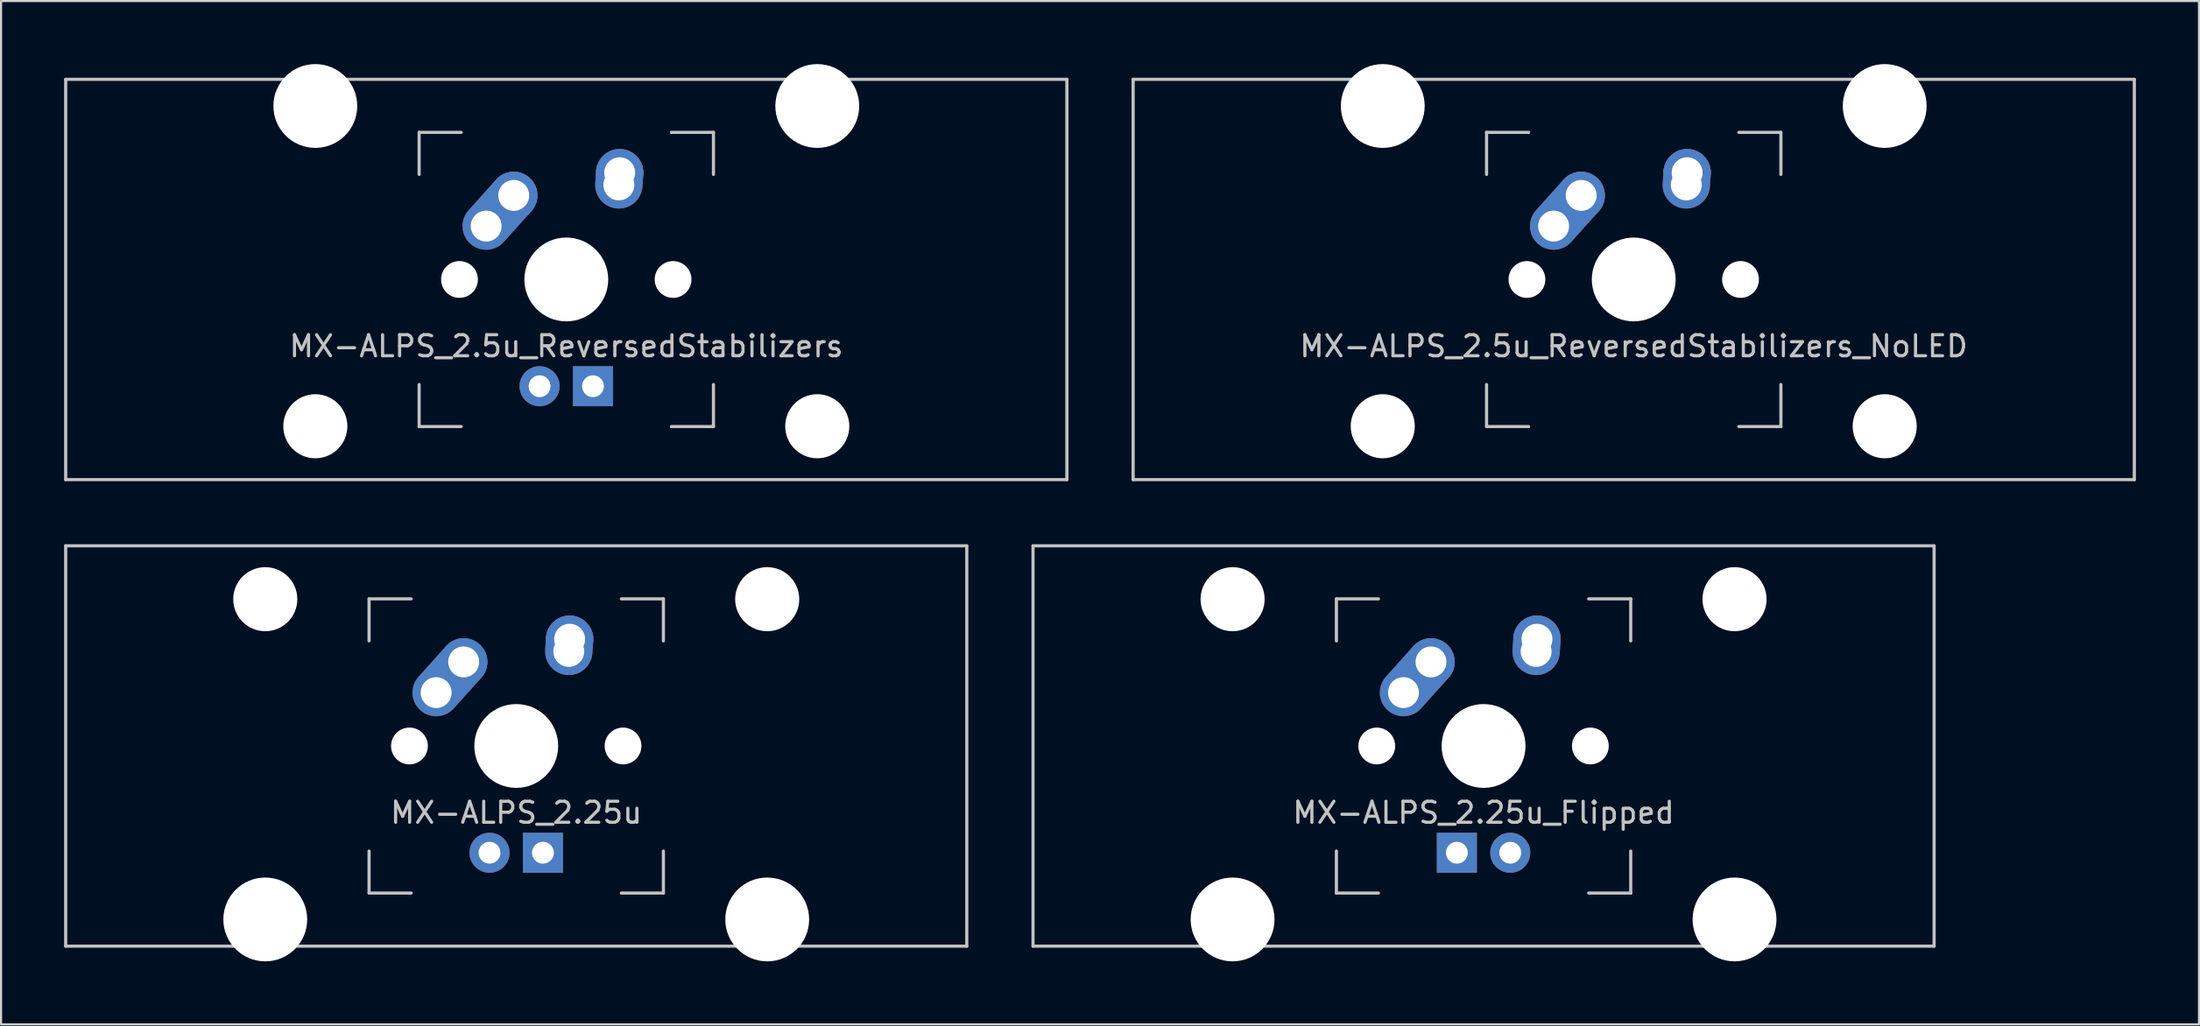
<source format=kicad_pcb>
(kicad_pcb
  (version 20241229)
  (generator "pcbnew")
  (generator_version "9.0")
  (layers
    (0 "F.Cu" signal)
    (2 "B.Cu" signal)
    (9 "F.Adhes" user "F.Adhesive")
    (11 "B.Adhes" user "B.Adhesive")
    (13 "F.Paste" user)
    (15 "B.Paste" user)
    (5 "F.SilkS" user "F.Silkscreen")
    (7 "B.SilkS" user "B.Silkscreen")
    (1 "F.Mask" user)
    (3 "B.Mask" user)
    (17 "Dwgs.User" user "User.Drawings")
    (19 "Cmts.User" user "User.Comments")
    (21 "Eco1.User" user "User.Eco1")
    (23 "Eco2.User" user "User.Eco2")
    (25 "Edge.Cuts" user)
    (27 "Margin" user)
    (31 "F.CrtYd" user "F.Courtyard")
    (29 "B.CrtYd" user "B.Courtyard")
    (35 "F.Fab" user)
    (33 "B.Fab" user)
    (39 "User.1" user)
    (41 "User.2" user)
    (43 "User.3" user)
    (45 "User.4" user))
  (footprint "MX-ALPS_2.25u_Flipped"
    (layer "F.Cu")
    (at 67.519 32.449)
    (property "Reference" "MX-ALPS_2.25u_Flipped" (at 0 3.175 0) (layer "Dwgs.User") (effects (font (size 1 1) (thickness 0.15))))
    (attr through_hole)
    (fp_line (start -21.431 -9.525) (end 21.431 -9.525) (stroke (width 0.15) (type solid)) (layer "Dwgs.User"))
    (fp_line (start -21.431 9.525) (end -21.431 -9.525) (stroke (width 0.15) (type solid)) (layer "Dwgs.User"))
    (fp_line (start -21.431 9.525) (end 21.431 9.525) (stroke (width 0.15) (type solid)) (layer "Dwgs.User"))
    (fp_line (start -7 -7) (end -7 -5) (stroke (width 0.15) (type solid)) (layer "Dwgs.User"))
    (fp_line (start -7 5) (end -7 7) (stroke (width 0.15) (type solid)) (layer "Dwgs.User"))
    (fp_line (start -7 7) (end -5 7) (stroke (width 0.15) (type solid)) (layer "Dwgs.User"))
    (fp_line (start -5 -7) (end -7 -7) (stroke (width 0.15) (type solid)) (layer "Dwgs.User"))
    (fp_line (start 5 -7) (end 7 -7) (stroke (width 0.15) (type solid)) (layer "Dwgs.User"))
    (fp_line (start 5 7) (end 7 7) (stroke (width 0.15) (type solid)) (layer "Dwgs.User"))
    (fp_line (start 7 -7) (end 7 -5) (stroke (width 0.15) (type solid)) (layer "Dwgs.User"))
    (fp_line (start 7 7) (end 7 5) (stroke (width 0.15) (type solid)) (layer "Dwgs.User"))
    (fp_line (start 21.431 -9.525) (end 21.431 9.525) (stroke (width 0.15) (type solid)) (layer "Dwgs.User"))
    (pad "" np_thru_hole circle (at -11.938 -6.985) (size 3.048 3.048) (drill 3.048) (layers "*.Cu" "*.Mask"))
    (pad "" np_thru_hole circle (at -11.938 8.255) (size 3.988 3.988) (drill 3.988) (layers "*.Cu" "*.Mask"))
    (pad "" np_thru_hole circle (at -5.08 0 48.1) (size 1.75 1.75) (drill 1.75) (layers "*.Cu" "*.Mask"))
    (pad "" np_thru_hole circle (at 0 0) (size 3.988 3.988) (drill 3.988) (layers "*.Cu" "*.Mask"))
    (pad "" np_thru_hole circle (at 5.08 0 48.1) (size 1.75 1.75) (drill 1.75) (layers "*.Cu" "*.Mask"))
    (pad "" np_thru_hole circle (at 11.938 -6.985) (size 3.048 3.048) (drill 3.048) (layers "*.Cu" "*.Mask"))
    (pad "" np_thru_hole circle (at 11.938 8.255) (size 3.988 3.988) (drill 3.988) (layers "*.Cu" "*.Mask"))
    (pad "1" thru_hole oval (at -3.81 -2.54 48.1) (size 4.212 2.25) (drill 1.47 (offset 0.981 0)) (layers "*.Cu" "B.Mask"))
    (pad "1" thru_hole circle (at -2.5 -4) (size 2.25 2.25) (drill 1.47) (layers "*.Cu" "B.Mask"))
    (pad "2" thru_hole oval (at 2.5 -4.5 86.055) (size 2.831 2.25) (drill 1.47 (offset 0.291 0)) (layers "*.Cu" "B.Mask"))
    (pad "2" thru_hole circle (at 2.54 -5.08) (size 2.25 2.25) (drill 1.47) (layers "*.Cu" "B.Mask"))
    (pad "3" thru_hole circle (at 1.27 5.08) (size 1.905 1.905) (drill 1.04) (layers "*.Cu" "B.Mask"))
    (pad "4" thru_hole rect (at -1.27 5.08) (size 1.905 1.905) (drill 1.04) (layers "*.Cu" "B.Mask")))
  (footprint "MX-ALPS_2.25u"
    (layer "F.Cu")
    (at 21.506 32.449)
    (property "Reference" "MX-ALPS_2.25u" (at 0 3.175 0) (layer "Dwgs.User") (effects (font (size 1 1) (thickness 0.15))))
    (attr through_hole)
    (fp_line (start -21.431 -9.525) (end 21.431 -9.525) (stroke (width 0.15) (type solid)) (layer "Dwgs.User"))
    (fp_line (start -21.431 9.525) (end -21.431 -9.525) (stroke (width 0.15) (type solid)) (layer "Dwgs.User"))
    (fp_line (start -21.431 9.525) (end 21.431 9.525) (stroke (width 0.15) (type solid)) (layer "Dwgs.User"))
    (fp_line (start -7 -7) (end -7 -5) (stroke (width 0.15) (type solid)) (layer "Dwgs.User"))
    (fp_line (start -7 5) (end -7 7) (stroke (width 0.15) (type solid)) (layer "Dwgs.User"))
    (fp_line (start -7 7) (end -5 7) (stroke (width 0.15) (type solid)) (layer "Dwgs.User"))
    (fp_line (start -5 -7) (end -7 -7) (stroke (width 0.15) (type solid)) (layer "Dwgs.User"))
    (fp_line (start 5 -7) (end 7 -7) (stroke (width 0.15) (type solid)) (layer "Dwgs.User"))
    (fp_line (start 5 7) (end 7 7) (stroke (width 0.15) (type solid)) (layer "Dwgs.User"))
    (fp_line (start 7 -7) (end 7 -5) (stroke (width 0.15) (type solid)) (layer "Dwgs.User"))
    (fp_line (start 7 7) (end 7 5) (stroke (width 0.15) (type solid)) (layer "Dwgs.User"))
    (fp_line (start 21.431 -9.525) (end 21.431 9.525) (stroke (width 0.15) (type solid)) (layer "Dwgs.User"))
    (pad "" np_thru_hole circle (at -11.938 -6.985) (size 3.048 3.048) (drill 3.048) (layers "*.Cu" "*.Mask"))
    (pad "" np_thru_hole circle (at -11.938 8.255) (size 3.988 3.988) (drill 3.988) (layers "*.Cu" "*.Mask"))
    (pad "" np_thru_hole circle (at -5.08 0 48.1) (size 1.75 1.75) (drill 1.75) (layers "*.Cu" "*.Mask"))
    (pad "" np_thru_hole circle (at 0 0) (size 3.988 3.988) (drill 3.988) (layers "*.Cu" "*.Mask"))
    (pad "" np_thru_hole circle (at 5.08 0 48.1) (size 1.75 1.75) (drill 1.75) (layers "*.Cu" "*.Mask"))
    (pad "" np_thru_hole circle (at 11.938 -6.985) (size 3.048 3.048) (drill 3.048) (layers "*.Cu" "*.Mask"))
    (pad "" np_thru_hole circle (at 11.938 8.255) (size 3.988 3.988) (drill 3.988) (layers "*.Cu" "*.Mask"))
    (pad "1" thru_hole oval (at -3.81 -2.54 48.1) (size 4.212 2.25) (drill 1.47 (offset 0.981 0)) (layers "*.Cu" "B.Mask"))
    (pad "1" thru_hole circle (at -2.5 -4) (size 2.25 2.25) (drill 1.47) (layers "*.Cu" "B.Mask"))
    (pad "2" thru_hole oval (at 2.5 -4.5 86.055) (size 2.831 2.25) (drill 1.47 (offset 0.291 0)) (layers "*.Cu" "B.Mask"))
    (pad "2" thru_hole circle (at 2.54 -5.08) (size 2.25 2.25) (drill 1.47) (layers "*.Cu" "B.Mask"))
    (pad "3" thru_hole circle (at -1.27 5.08) (size 1.905 1.905) (drill 1.04) (layers "*.Cu" "B.Mask"))
    (pad "4" thru_hole rect (at 1.27 5.08) (size 1.905 1.905) (drill 1.04) (layers "*.Cu" "B.Mask")))
  (footprint "MX-ALPS_2.5u_ReversedStabilizers_NoLED"
    (layer "F.Cu")
    (at 74.662 10.249)
    (property "Reference" "MX-ALPS_2.5u_ReversedStabilizers_NoLED" (at 0 3.175 0) (layer "Dwgs.User") (effects (font (size 1 1) (thickness 0.15))))
    (attr through_hole)
    (fp_line (start -23.812 -9.525) (end 23.812 -9.525) (stroke (width 0.15) (type solid)) (layer "Dwgs.User"))
    (fp_line (start -23.812 9.525) (end -23.812 -9.525) (stroke (width 0.15) (type solid)) (layer "Dwgs.User"))
    (fp_line (start -23.812 9.525) (end 23.812 9.525) (stroke (width 0.15) (type solid)) (layer "Dwgs.User"))
    (fp_line (start -7 -7) (end -7 -5) (stroke (width 0.15) (type solid)) (layer "Dwgs.User"))
    (fp_line (start -7 5) (end -7 7) (stroke (width 0.15) (type solid)) (layer "Dwgs.User"))
    (fp_line (start -7 7) (end -5 7) (stroke (width 0.15) (type solid)) (layer "Dwgs.User"))
    (fp_line (start -5 -7) (end -7 -7) (stroke (width 0.15) (type solid)) (layer "Dwgs.User"))
    (fp_line (start 5 -7) (end 7 -7) (stroke (width 0.15) (type solid)) (layer "Dwgs.User"))
    (fp_line (start 5 7) (end 7 7) (stroke (width 0.15) (type solid)) (layer "Dwgs.User"))
    (fp_line (start 7 -7) (end 7 -5) (stroke (width 0.15) (type solid)) (layer "Dwgs.User"))
    (fp_line (start 7 7) (end 7 5) (stroke (width 0.15) (type solid)) (layer "Dwgs.User"))
    (fp_line (start 23.812 -9.525) (end 23.812 9.525) (stroke (width 0.15) (type solid)) (layer "Dwgs.User"))
    (pad "" np_thru_hole circle (at -11.938 -8.255) (size 3.988 3.988) (drill 3.988) (layers "*.Cu" "*.Mask"))
    (pad "" np_thru_hole circle (at -11.938 6.985) (size 3.048 3.048) (drill 3.048) (layers "*.Cu" "*.Mask"))
    (pad "" np_thru_hole circle (at -5.08 0 48.1) (size 1.75 1.75) (drill 1.75) (layers "*.Cu" "*.Mask"))
    (pad "" np_thru_hole circle (at 0 0) (size 3.988 3.988) (drill 3.988) (layers "*.Cu" "*.Mask"))
    (pad "" np_thru_hole circle (at 5.08 0 48.1) (size 1.75 1.75) (drill 1.75) (layers "*.Cu" "*.Mask"))
    (pad "" np_thru_hole circle (at 11.938 -8.255) (size 3.988 3.988) (drill 3.988) (layers "*.Cu" "*.Mask"))
    (pad "" np_thru_hole circle (at 11.938 6.985) (size 3.048 3.048) (drill 3.048) (layers "*.Cu" "*.Mask"))
    (pad "1" thru_hole oval (at -3.81 -2.54 48.1) (size 4.212 2.25) (drill 1.47 (offset 0.981 0)) (layers "*.Cu" "B.Mask"))
    (pad "1" thru_hole circle (at -2.5 -4) (size 2.25 2.25) (drill 1.47) (layers "*.Cu" "B.Mask"))
    (pad "2" thru_hole oval (at 2.5 -4.5 86.055) (size 2.831 2.25) (drill 1.47 (offset 0.291 0)) (layers "*.Cu" "B.Mask"))
    (pad "2" thru_hole circle (at 2.54 -5.08) (size 2.25 2.25) (drill 1.47) (layers "*.Cu" "B.Mask")))
  (footprint "MX-ALPS_2.5u_ReversedStabilizers"
    (layer "F.Cu")
    (at 23.887 10.249)
    (property "Reference" "MX-ALPS_2.5u_ReversedStabilizers" (at 0 3.175 0) (layer "Dwgs.User") (effects (font (size 1 1) (thickness 0.15))))
    (attr through_hole)
    (fp_line (start -23.812 -9.525) (end 23.812 -9.525) (stroke (width 0.15) (type solid)) (layer "Dwgs.User"))
    (fp_line (start -23.812 9.525) (end -23.812 -9.525) (stroke (width 0.15) (type solid)) (layer "Dwgs.User"))
    (fp_line (start -23.812 9.525) (end 23.812 9.525) (stroke (width 0.15) (type solid)) (layer "Dwgs.User"))
    (fp_line (start -7 -7) (end -7 -5) (stroke (width 0.15) (type solid)) (layer "Dwgs.User"))
    (fp_line (start -7 5) (end -7 7) (stroke (width 0.15) (type solid)) (layer "Dwgs.User"))
    (fp_line (start -7 7) (end -5 7) (stroke (width 0.15) (type solid)) (layer "Dwgs.User"))
    (fp_line (start -5 -7) (end -7 -7) (stroke (width 0.15) (type solid)) (layer "Dwgs.User"))
    (fp_line (start 5 -7) (end 7 -7) (stroke (width 0.15) (type solid)) (layer "Dwgs.User"))
    (fp_line (start 5 7) (end 7 7) (stroke (width 0.15) (type solid)) (layer "Dwgs.User"))
    (fp_line (start 7 -7) (end 7 -5) (stroke (width 0.15) (type solid)) (layer "Dwgs.User"))
    (fp_line (start 7 7) (end 7 5) (stroke (width 0.15) (type solid)) (layer "Dwgs.User"))
    (fp_line (start 23.812 -9.525) (end 23.812 9.525) (stroke (width 0.15) (type solid)) (layer "Dwgs.User"))
    (pad "" np_thru_hole circle (at -11.938 -8.255) (size 3.988 3.988) (drill 3.988) (layers "*.Cu" "*.Mask"))
    (pad "" np_thru_hole circle (at -11.938 6.985) (size 3.048 3.048) (drill 3.048) (layers "*.Cu" "*.Mask"))
    (pad "" np_thru_hole circle (at -5.08 0 48.1) (size 1.75 1.75) (drill 1.75) (layers "*.Cu" "*.Mask"))
    (pad "" np_thru_hole circle (at 0 0) (size 3.988 3.988) (drill 3.988) (layers "*.Cu" "*.Mask"))
    (pad "" np_thru_hole circle (at 5.08 0 48.1) (size 1.75 1.75) (drill 1.75) (layers "*.Cu" "*.Mask"))
    (pad "" np_thru_hole circle (at 11.938 -8.255) (size 3.988 3.988) (drill 3.988) (layers "*.Cu" "*.Mask"))
    (pad "" np_thru_hole circle (at 11.938 6.985) (size 3.048 3.048) (drill 3.048) (layers "*.Cu" "*.Mask"))
    (pad "1" thru_hole oval (at -3.81 -2.54 48.1) (size 4.212 2.25) (drill 1.47 (offset 0.981 0)) (layers "*.Cu" "B.Mask"))
    (pad "1" thru_hole circle (at -2.5 -4) (size 2.25 2.25) (drill 1.47) (layers "*.Cu" "B.Mask"))
    (pad "2" thru_hole oval (at 2.5 -4.5 86.055) (size 2.831 2.25) (drill 1.47 (offset 0.291 0)) (layers "*.Cu" "B.Mask"))
    (pad "2" thru_hole circle (at 2.54 -5.08) (size 2.25 2.25) (drill 1.47) (layers "*.Cu" "B.Mask"))
    (pad "3" thru_hole circle (at -1.27 5.08) (size 1.905 1.905) (drill 1.04) (layers "*.Cu" "B.Mask"))
    (pad "4" thru_hole rect (at 1.27 5.08) (size 1.905 1.905) (drill 1.04) (layers "*.Cu" "B.Mask")))
  (gr_rect
    (start -3 -3)
    (end 101.55 45.698)
    (stroke (width 0.1) (type default))
    (fill no)
    (layer "Edge.Cuts")))
</source>
